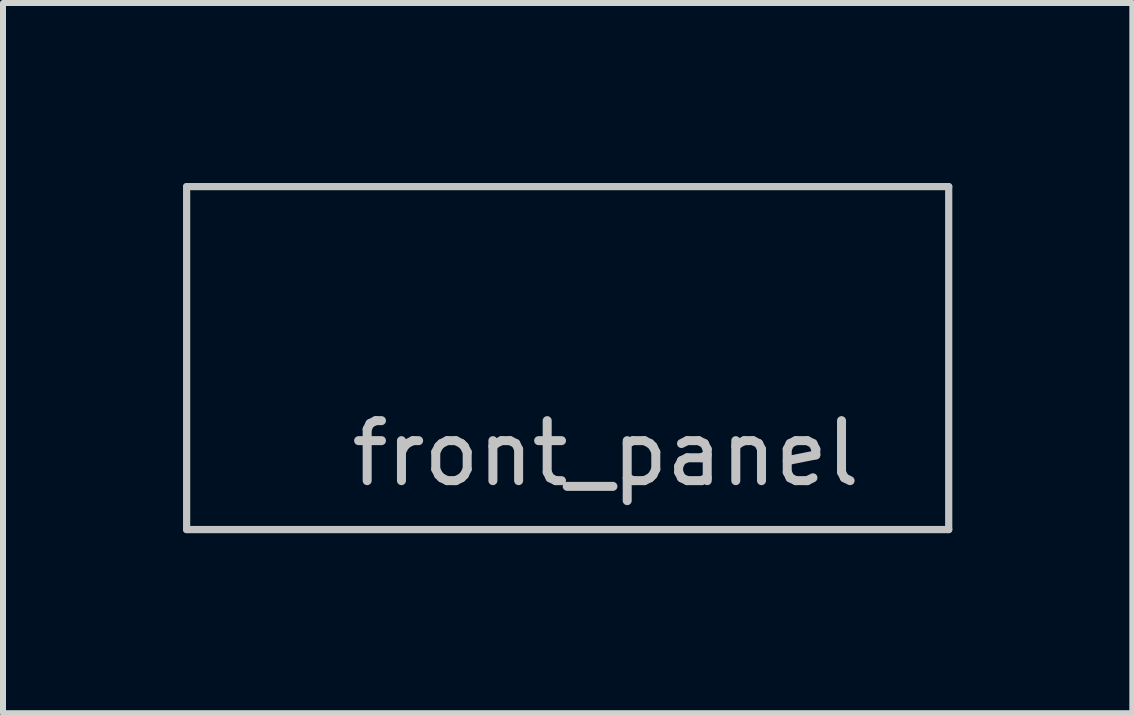
<source format=kicad_pcb>
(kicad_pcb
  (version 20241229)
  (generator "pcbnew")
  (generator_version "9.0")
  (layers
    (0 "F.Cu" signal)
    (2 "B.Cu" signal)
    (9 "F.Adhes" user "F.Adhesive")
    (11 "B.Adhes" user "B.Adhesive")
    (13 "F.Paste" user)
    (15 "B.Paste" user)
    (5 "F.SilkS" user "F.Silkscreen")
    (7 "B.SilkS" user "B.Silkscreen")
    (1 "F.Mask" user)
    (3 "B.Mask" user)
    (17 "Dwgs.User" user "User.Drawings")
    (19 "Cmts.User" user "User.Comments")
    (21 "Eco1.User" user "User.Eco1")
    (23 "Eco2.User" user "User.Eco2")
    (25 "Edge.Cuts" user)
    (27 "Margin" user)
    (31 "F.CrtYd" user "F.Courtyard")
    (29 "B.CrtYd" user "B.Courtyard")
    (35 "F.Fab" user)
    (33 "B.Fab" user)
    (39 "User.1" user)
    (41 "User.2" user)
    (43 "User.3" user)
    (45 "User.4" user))
  (footprint "front_panel"
    (layer "F.Cu")
    (at 6.41 3.235)
    (property "Reference" "front_panel" (at 0.635 1.27 0) (layer "Dwgs.User") (effects (font (size 1 1) (thickness 0.15))))
    (attr through_hole)
    (fp_line (start -6.35 -3.175) (end 6.35 -3.175) (stroke (width 0.12) (type solid)) (layer "Dwgs.User"))
    (fp_line (start -6.35 2.54) (end -6.35 -3.175) (stroke (width 0.12) (type solid)) (layer "Dwgs.User"))
    (fp_line (start 6.35 -3.175) (end 6.35 2.54) (stroke (width 0.12) (type solid)) (layer "Dwgs.User"))
    (fp_line (start 6.35 2.54) (end -6.35 2.54) (stroke (width 0.12) (type solid)) (layer "Dwgs.User")))
  (gr_rect
    (start -3 -3)
    (end 15.82 8.835)
    (stroke (width 0.1) (type default))
    (fill no)
    (layer "Edge.Cuts")))
</source>
